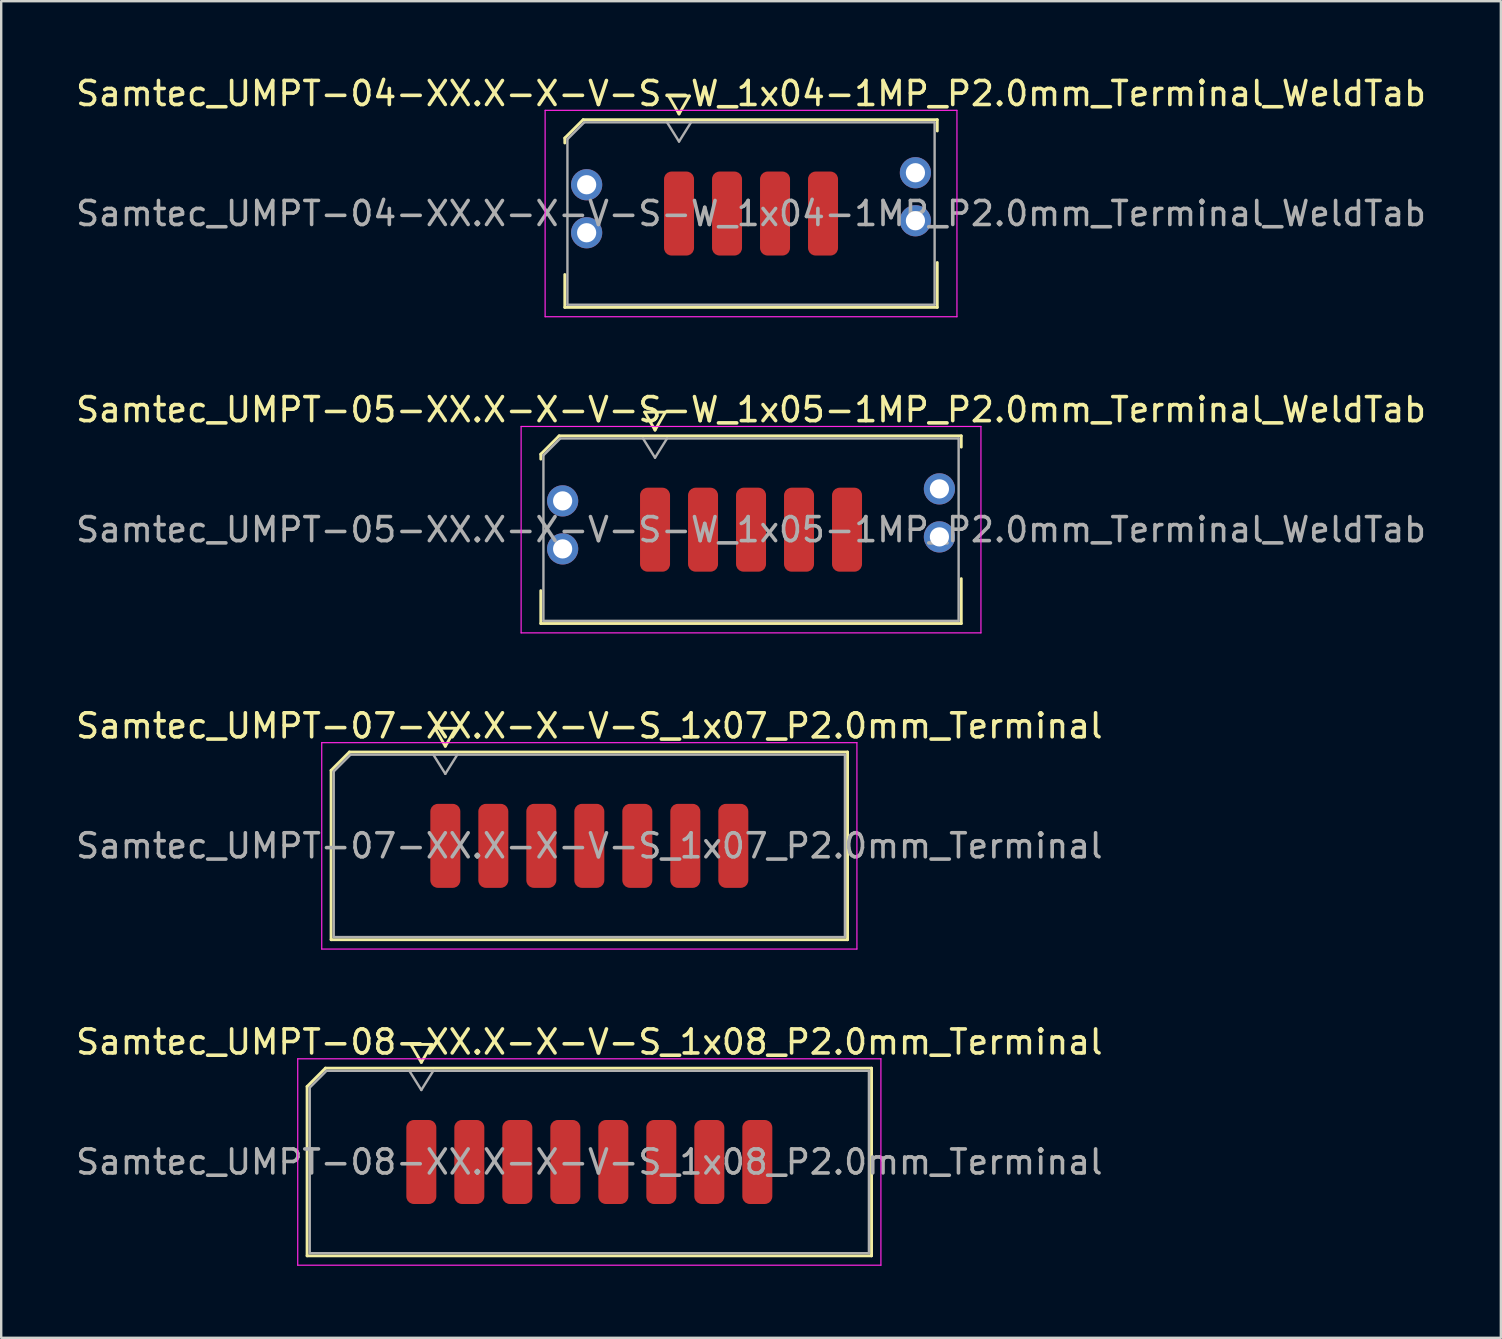
<source format=kicad_pcb>
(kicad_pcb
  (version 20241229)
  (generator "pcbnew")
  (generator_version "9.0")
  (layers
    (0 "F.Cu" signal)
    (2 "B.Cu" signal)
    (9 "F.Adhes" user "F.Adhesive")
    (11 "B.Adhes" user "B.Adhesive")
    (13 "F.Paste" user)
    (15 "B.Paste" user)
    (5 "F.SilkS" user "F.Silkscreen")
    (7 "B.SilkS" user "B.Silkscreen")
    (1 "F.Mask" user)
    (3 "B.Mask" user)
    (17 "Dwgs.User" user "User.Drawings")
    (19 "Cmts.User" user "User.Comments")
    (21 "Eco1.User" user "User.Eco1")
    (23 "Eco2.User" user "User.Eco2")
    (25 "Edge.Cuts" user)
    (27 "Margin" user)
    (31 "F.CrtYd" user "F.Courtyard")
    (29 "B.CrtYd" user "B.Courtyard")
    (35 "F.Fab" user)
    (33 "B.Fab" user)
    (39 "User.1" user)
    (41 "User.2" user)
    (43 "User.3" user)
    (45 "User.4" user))
  (footprint "Samtec_UMPT-08-XX.X-X-V-S_1x08_P2.0mm_Terminal"
    (layer "F.Cu")
    (at 21.506 45.368)
    (property "Reference" "Samtec_UMPT-08-XX.X-X-V-S_1x08_P2.0mm_Terminal" (at 0 -5 0) (layer "F.SilkS") (effects (font (size 1 1) (thickness 0.15))))
    (attr smd)
    (fp_line (start -11.76 -3.146) (end -10.996 -3.91) (stroke (width 0.12) (type solid)) (layer "F.SilkS"))
    (fp_line (start -11.76 3.91) (end -11.76 -3.146) (stroke (width 0.12) (type solid)) (layer "F.SilkS"))
    (fp_line (start -10.996 -3.91) (end 11.76 -3.91) (stroke (width 0.12) (type solid)) (layer "F.SilkS"))
    (fp_line (start -7.433 -4.9) (end -7 -4.15) (stroke (width 0.12) (type solid)) (layer "F.SilkS"))
    (fp_line (start -7 -4.15) (end -6.567 -4.9) (stroke (width 0.12) (type solid)) (layer "F.SilkS"))
    (fp_line (start -6.567 -4.9) (end -7.433 -4.9) (stroke (width 0.12) (type solid)) (layer "F.SilkS"))
    (fp_line (start 11.76 -3.91) (end 11.76 3.91) (stroke (width 0.12) (type solid)) (layer "F.SilkS"))
    (fp_line (start 11.76 3.91) (end -11.76 3.91) (stroke (width 0.12) (type solid)) (layer "F.SilkS"))
    (fp_line (start -12.15 -4.3) (end -12.15 4.3) (stroke (width 0.05) (type solid)) (layer "F.CrtYd"))
    (fp_line (start -12.15 4.3) (end 12.15 4.3) (stroke (width 0.05) (type solid)) (layer "F.CrtYd"))
    (fp_line (start 12.15 -4.3) (end -12.15 -4.3) (stroke (width 0.05) (type solid)) (layer "F.CrtYd"))
    (fp_line (start 12.15 4.3) (end 12.15 -4.3) (stroke (width 0.05) (type solid)) (layer "F.CrtYd"))
    (fp_line (start -11.65 -3.1) (end -10.95 -3.8) (stroke (width 0.1) (type solid)) (layer "F.Fab"))
    (fp_line (start -11.65 3.8) (end -11.65 -3.1) (stroke (width 0.1) (type solid)) (layer "F.Fab"))
    (fp_line (start -10.95 -3.8) (end 11.65 -3.8) (stroke (width 0.1) (type solid)) (layer "F.Fab"))
    (fp_line (start -7.5 -3.8) (end -7 -3) (stroke (width 0.1) (type solid)) (layer "F.Fab"))
    (fp_line (start -7 -3) (end -6.5 -3.8) (stroke (width 0.1) (type solid)) (layer "F.Fab"))
    (fp_line (start 11.65 -3.8) (end 11.65 3.8) (stroke (width 0.1) (type solid)) (layer "F.Fab"))
    (fp_line (start 11.65 3.8) (end -11.65 3.8) (stroke (width 0.1) (type solid)) (layer "F.Fab"))
    (fp_text user "${REFERENCE}" (at 0 0 0) (layer "F.Fab") (effects (font (size 1 1) (thickness 0.15))))
    (pad "1" smd roundrect (at -7 0) (size 1.25 3.5) (layers "F.Cu" "F.Mask" "F.Paste") (roundrect_rratio 0.25))
    (pad "2" smd roundrect (at -5 0) (size 1.25 3.5) (layers "F.Cu" "F.Mask" "F.Paste") (roundrect_rratio 0.25))
    (pad "3" smd roundrect (at -3 0) (size 1.25 3.5) (layers "F.Cu" "F.Mask" "F.Paste") (roundrect_rratio 0.25))
    (pad "4" smd roundrect (at -1 0) (size 1.25 3.5) (layers "F.Cu" "F.Mask" "F.Paste") (roundrect_rratio 0.25))
    (pad "5" smd roundrect (at 1 0) (size 1.25 3.5) (layers "F.Cu" "F.Mask" "F.Paste") (roundrect_rratio 0.25))
    (pad "6" smd roundrect (at 3 0) (size 1.25 3.5) (layers "F.Cu" "F.Mask" "F.Paste") (roundrect_rratio 0.25))
    (pad "7" smd roundrect (at 5 0) (size 1.25 3.5) (layers "F.Cu" "F.Mask" "F.Paste") (roundrect_rratio 0.25))
    (pad "8" smd roundrect (at 7 0) (size 1.25 3.5) (layers "F.Cu" "F.Mask" "F.Paste") (roundrect_rratio 0.25)))
  (footprint "Samtec_UMPT-07-XX.X-X-V-S_1x07_P2.0mm_Terminal"
    (layer "F.Cu")
    (at 21.506 32.195)
    (property "Reference" "Samtec_UMPT-07-XX.X-X-V-S_1x07_P2.0mm_Terminal" (at 0 -5 0) (layer "F.SilkS") (effects (font (size 1 1) (thickness 0.15))))
    (attr smd)
    (fp_line (start -10.76 -3.146) (end -9.996 -3.91) (stroke (width 0.12) (type solid)) (layer "F.SilkS"))
    (fp_line (start -10.76 3.91) (end -10.76 -3.146) (stroke (width 0.12) (type solid)) (layer "F.SilkS"))
    (fp_line (start -9.996 -3.91) (end 10.76 -3.91) (stroke (width 0.12) (type solid)) (layer "F.SilkS"))
    (fp_line (start -6.433 -4.9) (end -6 -4.15) (stroke (width 0.12) (type solid)) (layer "F.SilkS"))
    (fp_line (start -6 -4.15) (end -5.567 -4.9) (stroke (width 0.12) (type solid)) (layer "F.SilkS"))
    (fp_line (start -5.567 -4.9) (end -6.433 -4.9) (stroke (width 0.12) (type solid)) (layer "F.SilkS"))
    (fp_line (start 10.76 -3.91) (end 10.76 3.91) (stroke (width 0.12) (type solid)) (layer "F.SilkS"))
    (fp_line (start 10.76 3.91) (end -10.76 3.91) (stroke (width 0.12) (type solid)) (layer "F.SilkS"))
    (fp_line (start -11.15 -4.3) (end -11.15 4.3) (stroke (width 0.05) (type solid)) (layer "F.CrtYd"))
    (fp_line (start -11.15 4.3) (end 11.15 4.3) (stroke (width 0.05) (type solid)) (layer "F.CrtYd"))
    (fp_line (start 11.15 -4.3) (end -11.15 -4.3) (stroke (width 0.05) (type solid)) (layer "F.CrtYd"))
    (fp_line (start 11.15 4.3) (end 11.15 -4.3) (stroke (width 0.05) (type solid)) (layer "F.CrtYd"))
    (fp_line (start -10.65 -3.1) (end -9.95 -3.8) (stroke (width 0.1) (type solid)) (layer "F.Fab"))
    (fp_line (start -10.65 3.8) (end -10.65 -3.1) (stroke (width 0.1) (type solid)) (layer "F.Fab"))
    (fp_line (start -9.95 -3.8) (end 10.65 -3.8) (stroke (width 0.1) (type solid)) (layer "F.Fab"))
    (fp_line (start -6.5 -3.8) (end -6 -3) (stroke (width 0.1) (type solid)) (layer "F.Fab"))
    (fp_line (start -6 -3) (end -5.5 -3.8) (stroke (width 0.1) (type solid)) (layer "F.Fab"))
    (fp_line (start 10.65 -3.8) (end 10.65 3.8) (stroke (width 0.1) (type solid)) (layer "F.Fab"))
    (fp_line (start 10.65 3.8) (end -10.65 3.8) (stroke (width 0.1) (type solid)) (layer "F.Fab"))
    (fp_text user "${REFERENCE}" (at 0 0 0) (layer "F.Fab") (effects (font (size 1 1) (thickness 0.15))))
    (pad "1" smd roundrect (at -6 0) (size 1.25 3.5) (layers "F.Cu" "F.Mask" "F.Paste") (roundrect_rratio 0.25))
    (pad "2" smd roundrect (at -4 0) (size 1.25 3.5) (layers "F.Cu" "F.Mask" "F.Paste") (roundrect_rratio 0.25))
    (pad "3" smd roundrect (at -2 0) (size 1.25 3.5) (layers "F.Cu" "F.Mask" "F.Paste") (roundrect_rratio 0.25))
    (pad "4" smd roundrect (at 0 0) (size 1.25 3.5) (layers "F.Cu" "F.Mask" "F.Paste") (roundrect_rratio 0.25))
    (pad "5" smd roundrect (at 2 0) (size 1.25 3.5) (layers "F.Cu" "F.Mask" "F.Paste") (roundrect_rratio 0.25))
    (pad "6" smd roundrect (at 4 0) (size 1.25 3.5) (layers "F.Cu" "F.Mask" "F.Paste") (roundrect_rratio 0.25))
    (pad "7" smd roundrect (at 6 0) (size 1.25 3.5) (layers "F.Cu" "F.Mask" "F.Paste") (roundrect_rratio 0.25)))
  (footprint "Samtec_UMPT-04-XX.X-X-V-S-W_1x04-1MP_P2.0mm_Terminal_WeldTab"
    (layer "F.Cu")
    (at 28.244 5.848)
    (property "Reference" "Samtec_UMPT-04-XX.X-X-V-S-W_1x04-1MP_P2.0mm_Terminal_WeldTab" (at 0 -5 0) (layer "F.SilkS") (effects (font (size 1 1) (thickness 0.15))))
    (attr smd)
    (fp_line (start -7.76 -3.146) (end -6.996 -3.91) (stroke (width 0.12) (type solid)) (layer "F.SilkS"))
    (fp_line (start -7.76 -2.94) (end -7.76 -3.146) (stroke (width 0.12) (type solid)) (layer "F.SilkS"))
    (fp_line (start -7.76 3.91) (end -7.76 2.54) (stroke (width 0.12) (type solid)) (layer "F.SilkS"))
    (fp_line (start -6.996 -3.91) (end 7.76 -3.91) (stroke (width 0.12) (type solid)) (layer "F.SilkS"))
    (fp_line (start -3.433 -4.9) (end -3 -4.15) (stroke (width 0.12) (type solid)) (layer "F.SilkS"))
    (fp_line (start -3 -4.15) (end -2.567 -4.9) (stroke (width 0.12) (type solid)) (layer "F.SilkS"))
    (fp_line (start -2.567 -4.9) (end -3.433 -4.9) (stroke (width 0.12) (type solid)) (layer "F.SilkS"))
    (fp_line (start 7.76 -3.91) (end 7.76 -3.44) (stroke (width 0.12) (type solid)) (layer "F.SilkS"))
    (fp_line (start 7.76 2.04) (end 7.76 3.91) (stroke (width 0.12) (type solid)) (layer "F.SilkS"))
    (fp_line (start 7.76 3.91) (end -7.76 3.91) (stroke (width 0.12) (type solid)) (layer "F.SilkS"))
    (fp_line (start -8.58 -4.3) (end -8.58 4.3) (stroke (width 0.05) (type solid)) (layer "F.CrtYd"))
    (fp_line (start -8.58 4.3) (end 8.58 4.3) (stroke (width 0.05) (type solid)) (layer "F.CrtYd"))
    (fp_line (start 8.58 -4.3) (end -8.58 -4.3) (stroke (width 0.05) (type solid)) (layer "F.CrtYd"))
    (fp_line (start 8.58 4.3) (end 8.58 -4.3) (stroke (width 0.05) (type solid)) (layer "F.CrtYd"))
    (fp_line (start -7.65 -3.1) (end -6.95 -3.8) (stroke (width 0.1) (type solid)) (layer "F.Fab"))
    (fp_line (start -7.65 3.8) (end -7.65 -3.1) (stroke (width 0.1) (type solid)) (layer "F.Fab"))
    (fp_line (start -6.95 -3.8) (end 7.65 -3.8) (stroke (width 0.1) (type solid)) (layer "F.Fab"))
    (fp_line (start -3.5 -3.8) (end -3 -3) (stroke (width 0.1) (type solid)) (layer "F.Fab"))
    (fp_line (start -3 -3) (end -2.5 -3.8) (stroke (width 0.1) (type solid)) (layer "F.Fab"))
    (fp_line (start 7.65 -3.8) (end 7.65 3.8) (stroke (width 0.1) (type solid)) (layer "F.Fab"))
    (fp_line (start 7.65 3.8) (end -7.65 3.8) (stroke (width 0.1) (type solid)) (layer "F.Fab"))
    (fp_text user "${REFERENCE}" (at 0 0 0) (layer "F.Fab") (effects (font (size 1 1) (thickness 0.15))))
    (pad "" smd rect (at -6.85 -1.54) (size 2.45 2.28) (layers "F.Paste"))
    (pad "" smd rect (at -6.85 1.14) (size 2.45 2.28) (layers "F.Paste"))
    (pad "" smd rect (at 6.85 -2.04) (size 2.45 2.28) (layers "F.Paste"))
    (pad "" smd rect (at 6.85 0.64) (size 2.45 2.28) (layers "F.Paste"))
    (pad "1" smd roundrect (at -3 0) (size 1.25 3.5) (layers "F.Cu" "F.Mask" "F.Paste") (roundrect_rratio 0.25))
    (pad "2" smd roundrect (at -1 0) (size 1.25 3.5) (layers "F.Cu" "F.Mask" "F.Paste") (roundrect_rratio 0.25))
    (pad "3" smd roundrect (at 1 0) (size 1.25 3.5) (layers "F.Cu" "F.Mask" "F.Paste") (roundrect_rratio 0.25))
    (pad "4" smd roundrect (at 3 0) (size 1.25 3.5) (layers "F.Cu" "F.Mask" "F.Paste") (roundrect_rratio 0.25))
    (pad "MP" thru_hole circle (at -6.85 -1.2) (size 1.3 1.3) (drill 0.8) (layers "*.Cu" "*.Mask"))
    (pad "MP" thru_hole circle (at -6.85 0.8) (size 1.3 1.3) (drill 0.8) (layers "*.Cu" "*.Mask"))
    (pad "MP" thru_hole circle (at 6.85 -1.7) (size 1.3 1.3) (drill 0.8) (layers "*.Cu" "*.Mask"))
    (pad "MP" thru_hole circle (at 6.85 0.3) (size 1.3 1.3) (drill 0.8) (layers "*.Cu" "*.Mask")))
  (footprint "Samtec_UMPT-05-XX.X-X-V-S-W_1x05-1MP_P2.0mm_Terminal_WeldTab"
    (layer "F.Cu")
    (at 28.244 19.021)
    (property "Reference" "Samtec_UMPT-05-XX.X-X-V-S-W_1x05-1MP_P2.0mm_Terminal_WeldTab" (at 0 -5 0) (layer "F.SilkS") (effects (font (size 1 1) (thickness 0.15))))
    (attr smd)
    (fp_line (start -8.76 -3.146) (end -7.996 -3.91) (stroke (width 0.12) (type solid)) (layer "F.SilkS"))
    (fp_line (start -8.76 -2.94) (end -8.76 -3.146) (stroke (width 0.12) (type solid)) (layer "F.SilkS"))
    (fp_line (start -8.76 3.91) (end -8.76 2.54) (stroke (width 0.12) (type solid)) (layer "F.SilkS"))
    (fp_line (start -7.996 -3.91) (end 8.76 -3.91) (stroke (width 0.12) (type solid)) (layer "F.SilkS"))
    (fp_line (start -4.433 -4.9) (end -4 -4.15) (stroke (width 0.12) (type solid)) (layer "F.SilkS"))
    (fp_line (start -4 -4.15) (end -3.567 -4.9) (stroke (width 0.12) (type solid)) (layer "F.SilkS"))
    (fp_line (start -3.567 -4.9) (end -4.433 -4.9) (stroke (width 0.12) (type solid)) (layer "F.SilkS"))
    (fp_line (start 8.76 -3.91) (end 8.76 -3.44) (stroke (width 0.12) (type solid)) (layer "F.SilkS"))
    (fp_line (start 8.76 2.04) (end 8.76 3.91) (stroke (width 0.12) (type solid)) (layer "F.SilkS"))
    (fp_line (start 8.76 3.91) (end -8.76 3.91) (stroke (width 0.12) (type solid)) (layer "F.SilkS"))
    (fp_line (start -9.58 -4.3) (end -9.58 4.3) (stroke (width 0.05) (type solid)) (layer "F.CrtYd"))
    (fp_line (start -9.58 4.3) (end 9.58 4.3) (stroke (width 0.05) (type solid)) (layer "F.CrtYd"))
    (fp_line (start 9.58 -4.3) (end -9.58 -4.3) (stroke (width 0.05) (type solid)) (layer "F.CrtYd"))
    (fp_line (start 9.58 4.3) (end 9.58 -4.3) (stroke (width 0.05) (type solid)) (layer "F.CrtYd"))
    (fp_line (start -8.65 -3.1) (end -7.95 -3.8) (stroke (width 0.1) (type solid)) (layer "F.Fab"))
    (fp_line (start -8.65 3.8) (end -8.65 -3.1) (stroke (width 0.1) (type solid)) (layer "F.Fab"))
    (fp_line (start -7.95 -3.8) (end 8.65 -3.8) (stroke (width 0.1) (type solid)) (layer "F.Fab"))
    (fp_line (start -4.5 -3.8) (end -4 -3) (stroke (width 0.1) (type solid)) (layer "F.Fab"))
    (fp_line (start -4 -3) (end -3.5 -3.8) (stroke (width 0.1) (type solid)) (layer "F.Fab"))
    (fp_line (start 8.65 -3.8) (end 8.65 3.8) (stroke (width 0.1) (type solid)) (layer "F.Fab"))
    (fp_line (start 8.65 3.8) (end -8.65 3.8) (stroke (width 0.1) (type solid)) (layer "F.Fab"))
    (fp_text user "${REFERENCE}" (at 0 0 0) (layer "F.Fab") (effects (font (size 1 1) (thickness 0.15))))
    (pad "" smd rect (at -7.85 -1.54) (size 2.45 2.28) (layers "F.Paste"))
    (pad "" smd rect (at -7.85 1.14) (size 2.45 2.28) (layers "F.Paste"))
    (pad "" smd rect (at 7.85 -2.04) (size 2.45 2.28) (layers "F.Paste"))
    (pad "" smd rect (at 7.85 0.64) (size 2.45 2.28) (layers "F.Paste"))
    (pad "1" smd roundrect (at -4 0) (size 1.25 3.5) (layers "F.Cu" "F.Mask" "F.Paste") (roundrect_rratio 0.25))
    (pad "2" smd roundrect (at -2 0) (size 1.25 3.5) (layers "F.Cu" "F.Mask" "F.Paste") (roundrect_rratio 0.25))
    (pad "3" smd roundrect (at 0 0) (size 1.25 3.5) (layers "F.Cu" "F.Mask" "F.Paste") (roundrect_rratio 0.25))
    (pad "4" smd roundrect (at 2 0) (size 1.25 3.5) (layers "F.Cu" "F.Mask" "F.Paste") (roundrect_rratio 0.25))
    (pad "5" smd roundrect (at 4 0) (size 1.25 3.5) (layers "F.Cu" "F.Mask" "F.Paste") (roundrect_rratio 0.25))
    (pad "MP" thru_hole circle (at -7.85 -1.2) (size 1.3 1.3) (drill 0.8) (layers "*.Cu" "*.Mask"))
    (pad "MP" thru_hole circle (at -7.85 0.8) (size 1.3 1.3) (drill 0.8) (layers "*.Cu" "*.Mask"))
    (pad "MP" thru_hole circle (at 7.85 -1.7) (size 1.3 1.3) (drill 0.8) (layers "*.Cu" "*.Mask"))
    (pad "MP" thru_hole circle (at 7.85 0.3) (size 1.3 1.3) (drill 0.8) (layers "*.Cu" "*.Mask")))
  (gr_rect
    (start -3 -3)
    (end 59.488 52.693)
    (stroke (width 0.1) (type default))
    (fill no)
    (layer "Edge.Cuts")))
</source>
